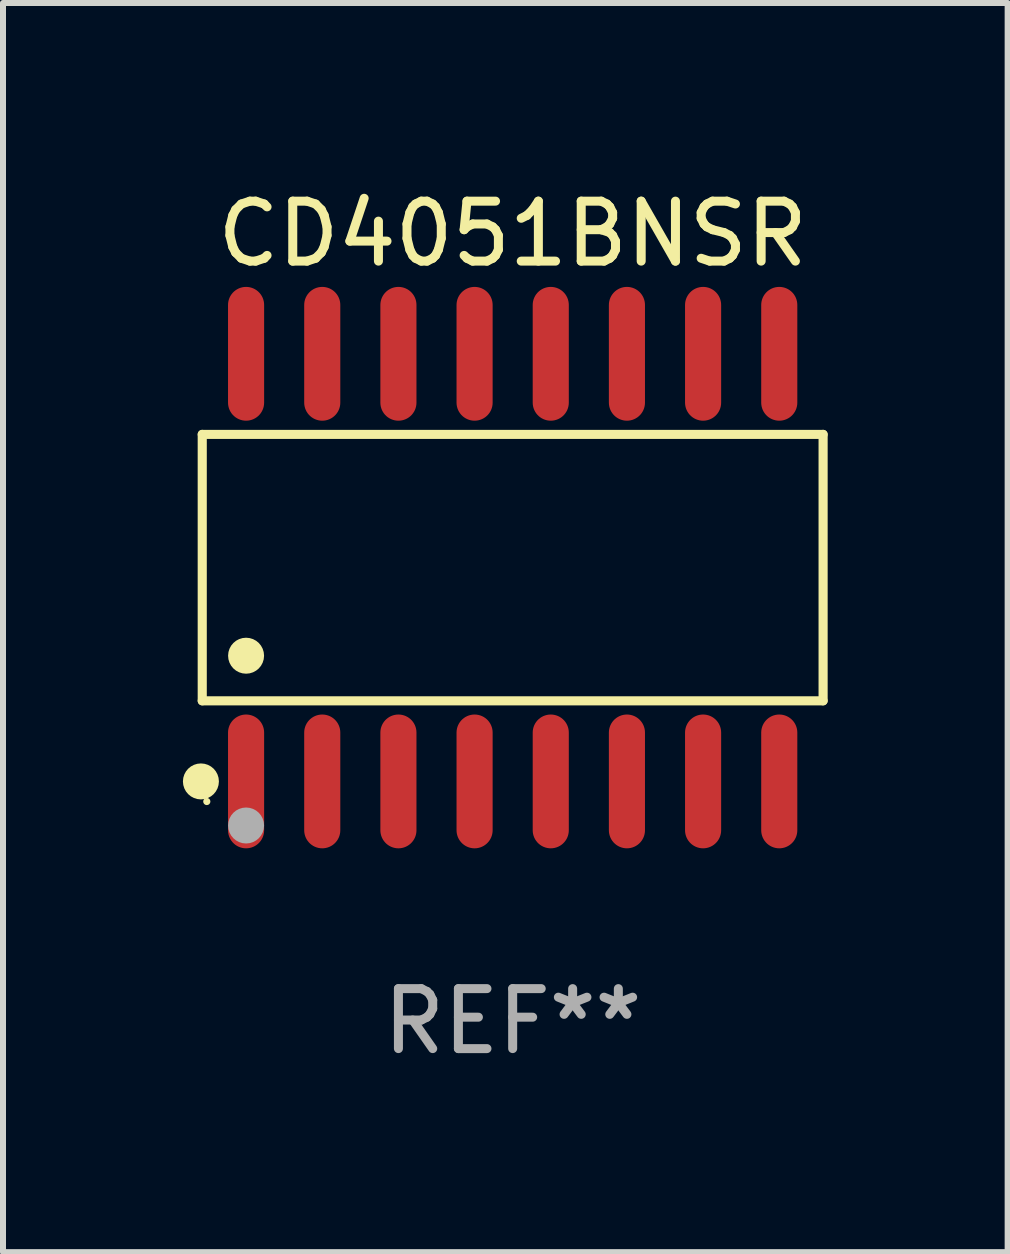
<source format=kicad_pcb>
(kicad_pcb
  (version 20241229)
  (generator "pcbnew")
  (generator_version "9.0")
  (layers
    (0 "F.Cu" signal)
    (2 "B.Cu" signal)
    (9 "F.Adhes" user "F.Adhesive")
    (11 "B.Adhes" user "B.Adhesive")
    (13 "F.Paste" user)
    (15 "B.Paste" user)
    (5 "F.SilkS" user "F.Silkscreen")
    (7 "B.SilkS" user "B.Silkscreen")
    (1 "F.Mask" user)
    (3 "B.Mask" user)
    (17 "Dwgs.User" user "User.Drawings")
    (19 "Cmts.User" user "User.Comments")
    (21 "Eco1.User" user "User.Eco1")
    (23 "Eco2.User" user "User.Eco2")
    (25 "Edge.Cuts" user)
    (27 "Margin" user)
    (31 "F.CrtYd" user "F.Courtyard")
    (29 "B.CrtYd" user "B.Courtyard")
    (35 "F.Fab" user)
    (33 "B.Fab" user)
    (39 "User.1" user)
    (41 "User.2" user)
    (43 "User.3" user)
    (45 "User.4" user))
  (footprint "CD4051BNSR"
    (layer "F.Cu")
    (at 5.498 6.414)
    (property "Reference" "CD4051BNSR" (at 0 -5.565 0) (layer "F.SilkS") (effects (font (size 1 1) (thickness 0.15))))
    (attr through_hole)
    (fp_line (start -5.176 -2.221) (end 5.176 -2.221) (stroke (width 0.152) (type solid)) (layer "F.SilkS"))
    (fp_line (start -5.176 2.221) (end -5.176 -2.221) (stroke (width 0.152) (type solid)) (layer "F.SilkS"))
    (fp_line (start 5.176 -2.221) (end 5.176 2.221) (stroke (width 0.152) (type solid)) (layer "F.SilkS"))
    (fp_line (start 5.176 2.221) (end -5.176 2.221) (stroke (width 0.152) (type solid)) (layer "F.SilkS"))
    (fp_circle (center -5.198 3.565) (end -5.048 3.565) (stroke (width 0.3) (type solid)) (fill no) (layer "F.SilkS"))
    (fp_circle (center -5.1 3.9) (end -5.07 3.9) (stroke (width 0.06) (type solid)) (fill no) (layer "F.SilkS"))
    (fp_circle (center -4.445 1.469) (end -4.295 1.469) (stroke (width 0.3) (type solid)) (fill no) (layer "F.SilkS"))
    (fp_circle (center -4.445 4.3) (end -4.295 4.3) (stroke (width 0.3) (type solid)) (fill no) (layer "F.Fab"))
    (fp_text user "REF**" (at 0 7.565 0) (layer "F.Fab") (effects (font (size 1 1) (thickness 0.15))))
    (pad "1" smd oval (at -4.445 3.565) (size 0.602 2.231) (layers "F.Cu" "F.Mask" "F.Paste"))
    (pad "2" smd oval (at -3.175 3.565) (size 0.602 2.231) (layers "F.Cu" "F.Mask" "F.Paste"))
    (pad "3" smd oval (at -1.905 3.565) (size 0.602 2.231) (layers "F.Cu" "F.Mask" "F.Paste"))
    (pad "4" smd oval (at -0.635 3.565) (size 0.602 2.231) (layers "F.Cu" "F.Mask" "F.Paste"))
    (pad "5" smd oval (at 0.635 3.565) (size 0.602 2.231) (layers "F.Cu" "F.Mask" "F.Paste"))
    (pad "6" smd oval (at 1.905 3.565) (size 0.602 2.231) (layers "F.Cu" "F.Mask" "F.Paste"))
    (pad "7" smd oval (at 3.175 3.565) (size 0.602 2.231) (layers "F.Cu" "F.Mask" "F.Paste"))
    (pad "8" smd oval (at 4.445 3.565) (size 0.602 2.231) (layers "F.Cu" "F.Mask" "F.Paste"))
    (pad "9" smd oval (at 4.445 -3.565) (size 0.602 2.231) (layers "F.Cu" "F.Mask" "F.Paste"))
    (pad "10" smd oval (at 3.175 -3.565) (size 0.602 2.231) (layers "F.Cu" "F.Mask" "F.Paste"))
    (pad "11" smd oval (at 1.905 -3.565) (size 0.602 2.231) (layers "F.Cu" "F.Mask" "F.Paste"))
    (pad "12" smd oval (at 0.635 -3.565) (size 0.602 2.231) (layers "F.Cu" "F.Mask" "F.Paste"))
    (pad "13" smd oval (at -0.635 -3.565) (size 0.602 2.231) (layers "F.Cu" "F.Mask" "F.Paste"))
    (pad "14" smd oval (at -1.905 -3.565) (size 0.602 2.231) (layers "F.Cu" "F.Mask" "F.Paste"))
    (pad "15" smd oval (at -3.175 -3.565) (size 0.602 2.231) (layers "F.Cu" "F.Mask" "F.Paste"))
    (pad "16" smd oval (at -4.445 -3.565) (size 0.602 2.231) (layers "F.Cu" "F.Mask" "F.Paste")))
  (gr_rect
    (start -3 -3)
    (end 13.751 17.827)
    (stroke (width 0.1) (type default))
    (fill no)
    (layer "Edge.Cuts")))
</source>
